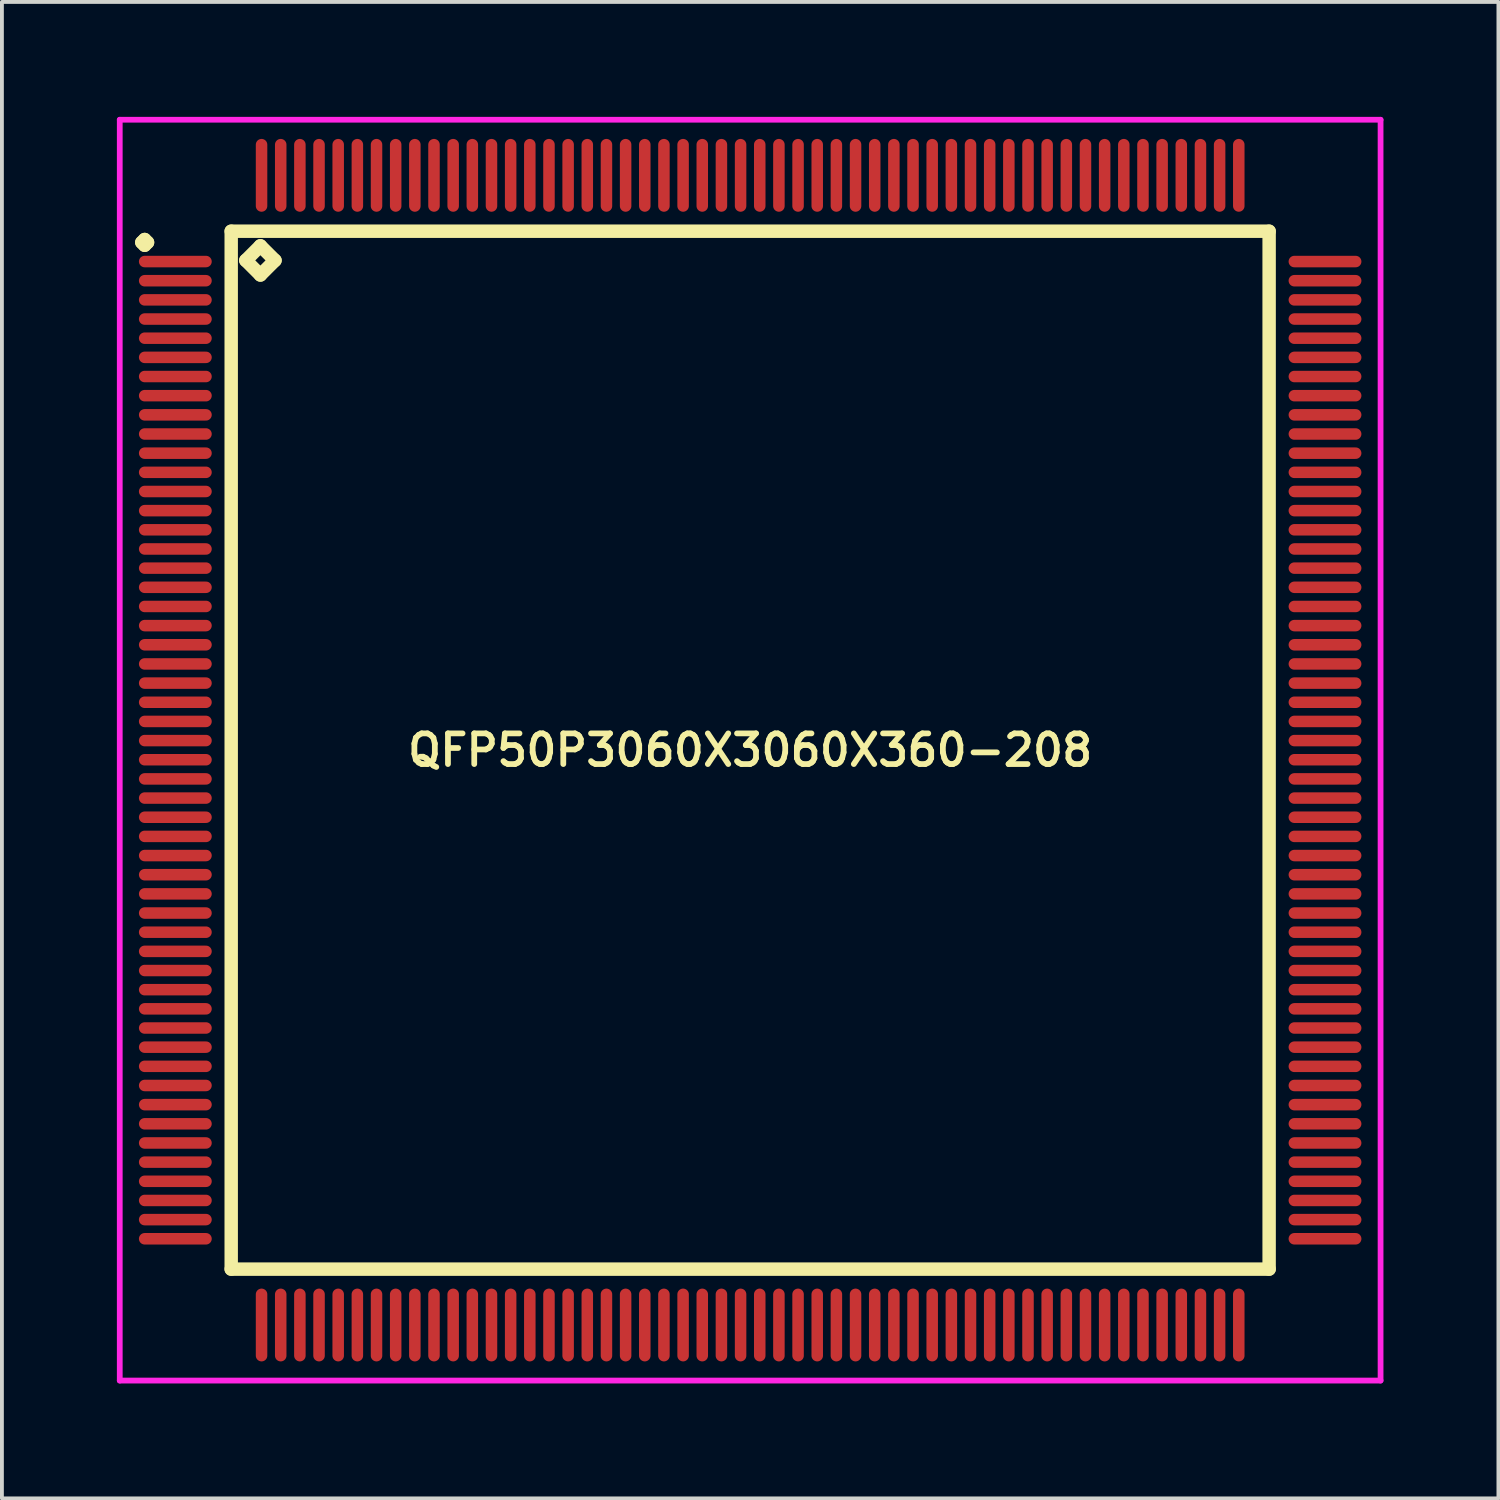
<source format=kicad_pcb>
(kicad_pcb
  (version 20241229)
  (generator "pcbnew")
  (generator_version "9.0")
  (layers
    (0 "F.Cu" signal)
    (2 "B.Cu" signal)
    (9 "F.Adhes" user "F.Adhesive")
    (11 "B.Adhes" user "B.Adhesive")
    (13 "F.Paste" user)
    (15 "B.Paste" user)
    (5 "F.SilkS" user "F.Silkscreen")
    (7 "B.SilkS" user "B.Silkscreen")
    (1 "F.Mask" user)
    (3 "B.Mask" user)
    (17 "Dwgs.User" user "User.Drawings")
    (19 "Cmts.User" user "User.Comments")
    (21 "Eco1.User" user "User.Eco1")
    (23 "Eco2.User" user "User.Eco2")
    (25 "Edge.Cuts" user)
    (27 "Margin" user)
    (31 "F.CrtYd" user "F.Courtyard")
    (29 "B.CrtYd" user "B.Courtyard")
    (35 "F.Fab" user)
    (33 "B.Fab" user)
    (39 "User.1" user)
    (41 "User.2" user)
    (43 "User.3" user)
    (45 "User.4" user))
  (footprint "QFP50P3060X3060X360-208"
    (layer "F.Cu")
    (at 16.525 16.525)
    (property "Reference" "QFP50P3060X3060X360-208" (at 0 0 0) (layer "F.SilkS") (effects (font (size 0.8 0.8) (thickness 0.15))))
    (attr smd)
    (fp_line (start -15.875 -13.25) (end -15.8 -13.325) (stroke (width 0.35) (type solid)) (layer "F.SilkS"))
    (fp_line (start -15.8 -13.325) (end -15.725 -13.25) (stroke (width 0.35) (type solid)) (layer "F.SilkS"))
    (fp_line (start -15.8 -13.175) (end -15.875 -13.25) (stroke (width 0.35) (type solid)) (layer "F.SilkS"))
    (fp_line (start -15.725 -13.25) (end -15.8 -13.175) (stroke (width 0.35) (type solid)) (layer "F.SilkS"))
    (fp_line (start -13.542 -13.542) (end -13.542 13.542) (stroke (width 0.35) (type solid)) (layer "F.SilkS"))
    (fp_line (start -13.542 13.542) (end 13.542 13.542) (stroke (width 0.35) (type solid)) (layer "F.SilkS"))
    (fp_line (start -13.161 -12.78) (end -12.78 -13.161) (stroke (width 0.35) (type solid)) (layer "F.SilkS"))
    (fp_line (start -12.78 -13.161) (end -12.399 -12.78) (stroke (width 0.35) (type solid)) (layer "F.SilkS"))
    (fp_line (start -12.78 -12.399) (end -13.161 -12.78) (stroke (width 0.35) (type solid)) (layer "F.SilkS"))
    (fp_line (start -12.399 -12.78) (end -12.78 -12.399) (stroke (width 0.35) (type solid)) (layer "F.SilkS"))
    (fp_line (start 13.542 -13.542) (end -13.542 -13.542) (stroke (width 0.35) (type solid)) (layer "F.SilkS"))
    (fp_line (start 13.542 13.542) (end 13.542 -13.542) (stroke (width 0.35) (type solid)) (layer "F.SilkS"))
    (fp_line (start -16.45 -16.45) (end 16.45 -16.45) (stroke (width 0.15) (type solid)) (layer "F.CrtYd"))
    (fp_line (start -16.45 16.45) (end -16.45 -16.45) (stroke (width 0.15) (type solid)) (layer "F.CrtYd"))
    (fp_line (start 16.45 -16.45) (end 16.45 16.45) (stroke (width 0.15) (type solid)) (layer "F.CrtYd"))
    (fp_line (start 16.45 16.45) (end -16.45 16.45) (stroke (width 0.15) (type solid)) (layer "F.CrtYd"))
    (pad "1" smd oval (at -15 -12.75) (size 1.9 0.3) (layers "F.Cu" "F.Mask" "F.Paste"))
    (pad "2" smd oval (at -15 -12.25) (size 1.9 0.3) (layers "F.Cu" "F.Mask" "F.Paste"))
    (pad "3" smd oval (at -15 -11.75) (size 1.9 0.3) (layers "F.Cu" "F.Mask" "F.Paste"))
    (pad "4" smd oval (at -15 -11.25) (size 1.9 0.3) (layers "F.Cu" "F.Mask" "F.Paste"))
    (pad "5" smd oval (at -15 -10.75) (size 1.9 0.3) (layers "F.Cu" "F.Mask" "F.Paste"))
    (pad "6" smd oval (at -15 -10.25) (size 1.9 0.3) (layers "F.Cu" "F.Mask" "F.Paste"))
    (pad "7" smd oval (at -15 -9.75) (size 1.9 0.3) (layers "F.Cu" "F.Mask" "F.Paste"))
    (pad "8" smd oval (at -15 -9.25) (size 1.9 0.3) (layers "F.Cu" "F.Mask" "F.Paste"))
    (pad "9" smd oval (at -15 -8.75) (size 1.9 0.3) (layers "F.Cu" "F.Mask" "F.Paste"))
    (pad "10" smd oval (at -15 -8.25) (size 1.9 0.3) (layers "F.Cu" "F.Mask" "F.Paste"))
    (pad "11" smd oval (at -15 -7.75) (size 1.9 0.3) (layers "F.Cu" "F.Mask" "F.Paste"))
    (pad "12" smd oval (at -15 -7.25) (size 1.9 0.3) (layers "F.Cu" "F.Mask" "F.Paste"))
    (pad "13" smd oval (at -15 -6.75) (size 1.9 0.3) (layers "F.Cu" "F.Mask" "F.Paste"))
    (pad "14" smd oval (at -15 -6.25) (size 1.9 0.3) (layers "F.Cu" "F.Mask" "F.Paste"))
    (pad "15" smd oval (at -15 -5.75) (size 1.9 0.3) (layers "F.Cu" "F.Mask" "F.Paste"))
    (pad "16" smd oval (at -15 -5.25) (size 1.9 0.3) (layers "F.Cu" "F.Mask" "F.Paste"))
    (pad "17" smd oval (at -15 -4.75) (size 1.9 0.3) (layers "F.Cu" "F.Mask" "F.Paste"))
    (pad "18" smd oval (at -15 -4.25) (size 1.9 0.3) (layers "F.Cu" "F.Mask" "F.Paste"))
    (pad "19" smd oval (at -15 -3.75) (size 1.9 0.3) (layers "F.Cu" "F.Mask" "F.Paste"))
    (pad "20" smd oval (at -15 -3.25) (size 1.9 0.3) (layers "F.Cu" "F.Mask" "F.Paste"))
    (pad "21" smd oval (at -15 -2.75) (size 1.9 0.3) (layers "F.Cu" "F.Mask" "F.Paste"))
    (pad "22" smd oval (at -15 -2.25) (size 1.9 0.3) (layers "F.Cu" "F.Mask" "F.Paste"))
    (pad "23" smd oval (at -15 -1.75) (size 1.9 0.3) (layers "F.Cu" "F.Mask" "F.Paste"))
    (pad "24" smd oval (at -15 -1.25) (size 1.9 0.3) (layers "F.Cu" "F.Mask" "F.Paste"))
    (pad "25" smd oval (at -15 -0.75) (size 1.9 0.3) (layers "F.Cu" "F.Mask" "F.Paste"))
    (pad "26" smd oval (at -15 -0.25) (size 1.9 0.3) (layers "F.Cu" "F.Mask" "F.Paste"))
    (pad "27" smd oval (at -15 0.25) (size 1.9 0.3) (layers "F.Cu" "F.Mask" "F.Paste"))
    (pad "28" smd oval (at -15 0.75) (size 1.9 0.3) (layers "F.Cu" "F.Mask" "F.Paste"))
    (pad "29" smd oval (at -15 1.25) (size 1.9 0.3) (layers "F.Cu" "F.Mask" "F.Paste"))
    (pad "30" smd oval (at -15 1.75) (size 1.9 0.3) (layers "F.Cu" "F.Mask" "F.Paste"))
    (pad "31" smd oval (at -15 2.25) (size 1.9 0.3) (layers "F.Cu" "F.Mask" "F.Paste"))
    (pad "32" smd oval (at -15 2.75) (size 1.9 0.3) (layers "F.Cu" "F.Mask" "F.Paste"))
    (pad "33" smd oval (at -15 3.25) (size 1.9 0.3) (layers "F.Cu" "F.Mask" "F.Paste"))
    (pad "34" smd oval (at -15 3.75) (size 1.9 0.3) (layers "F.Cu" "F.Mask" "F.Paste"))
    (pad "35" smd oval (at -15 4.25) (size 1.9 0.3) (layers "F.Cu" "F.Mask" "F.Paste"))
    (pad "36" smd oval (at -15 4.75) (size 1.9 0.3) (layers "F.Cu" "F.Mask" "F.Paste"))
    (pad "37" smd oval (at -15 5.25) (size 1.9 0.3) (layers "F.Cu" "F.Mask" "F.Paste"))
    (pad "38" smd oval (at -15 5.75) (size 1.9 0.3) (layers "F.Cu" "F.Mask" "F.Paste"))
    (pad "39" smd oval (at -15 6.25) (size 1.9 0.3) (layers "F.Cu" "F.Mask" "F.Paste"))
    (pad "40" smd oval (at -15 6.75) (size 1.9 0.3) (layers "F.Cu" "F.Mask" "F.Paste"))
    (pad "41" smd oval (at -15 7.25) (size 1.9 0.3) (layers "F.Cu" "F.Mask" "F.Paste"))
    (pad "42" smd oval (at -15 7.75) (size 1.9 0.3) (layers "F.Cu" "F.Mask" "F.Paste"))
    (pad "43" smd oval (at -15 8.25) (size 1.9 0.3) (layers "F.Cu" "F.Mask" "F.Paste"))
    (pad "44" smd oval (at -15 8.75) (size 1.9 0.3) (layers "F.Cu" "F.Mask" "F.Paste"))
    (pad "45" smd oval (at -15 9.25) (size 1.9 0.3) (layers "F.Cu" "F.Mask" "F.Paste"))
    (pad "46" smd oval (at -15 9.75) (size 1.9 0.3) (layers "F.Cu" "F.Mask" "F.Paste"))
    (pad "47" smd oval (at -15 10.25) (size 1.9 0.3) (layers "F.Cu" "F.Mask" "F.Paste"))
    (pad "48" smd oval (at -15 10.75) (size 1.9 0.3) (layers "F.Cu" "F.Mask" "F.Paste"))
    (pad "49" smd oval (at -15 11.25) (size 1.9 0.3) (layers "F.Cu" "F.Mask" "F.Paste"))
    (pad "50" smd oval (at -15 11.75) (size 1.9 0.3) (layers "F.Cu" "F.Mask" "F.Paste"))
    (pad "51" smd oval (at -15 12.25) (size 1.9 0.3) (layers "F.Cu" "F.Mask" "F.Paste"))
    (pad "52" smd oval (at -15 12.75) (size 1.9 0.3) (layers "F.Cu" "F.Mask" "F.Paste"))
    (pad "53" smd oval (at -12.75 15) (size 0.3 1.9) (layers "F.Cu" "F.Mask" "F.Paste"))
    (pad "54" smd oval (at -12.25 15) (size 0.3 1.9) (layers "F.Cu" "F.Mask" "F.Paste"))
    (pad "55" smd oval (at -11.75 15) (size 0.3 1.9) (layers "F.Cu" "F.Mask" "F.Paste"))
    (pad "56" smd oval (at -11.25 15) (size 0.3 1.9) (layers "F.Cu" "F.Mask" "F.Paste"))
    (pad "57" smd oval (at -10.75 15) (size 0.3 1.9) (layers "F.Cu" "F.Mask" "F.Paste"))
    (pad "58" smd oval (at -10.25 15) (size 0.3 1.9) (layers "F.Cu" "F.Mask" "F.Paste"))
    (pad "59" smd oval (at -9.75 15) (size 0.3 1.9) (layers "F.Cu" "F.Mask" "F.Paste"))
    (pad "60" smd oval (at -9.25 15) (size 0.3 1.9) (layers "F.Cu" "F.Mask" "F.Paste"))
    (pad "61" smd oval (at -8.75 15) (size 0.3 1.9) (layers "F.Cu" "F.Mask" "F.Paste"))
    (pad "62" smd oval (at -8.25 15) (size 0.3 1.9) (layers "F.Cu" "F.Mask" "F.Paste"))
    (pad "63" smd oval (at -7.75 15) (size 0.3 1.9) (layers "F.Cu" "F.Mask" "F.Paste"))
    (pad "64" smd oval (at -7.25 15) (size 0.3 1.9) (layers "F.Cu" "F.Mask" "F.Paste"))
    (pad "65" smd oval (at -6.75 15) (size 0.3 1.9) (layers "F.Cu" "F.Mask" "F.Paste"))
    (pad "66" smd oval (at -6.25 15) (size 0.3 1.9) (layers "F.Cu" "F.Mask" "F.Paste"))
    (pad "67" smd oval (at -5.75 15) (size 0.3 1.9) (layers "F.Cu" "F.Mask" "F.Paste"))
    (pad "68" smd oval (at -5.25 15) (size 0.3 1.9) (layers "F.Cu" "F.Mask" "F.Paste"))
    (pad "69" smd oval (at -4.75 15) (size 0.3 1.9) (layers "F.Cu" "F.Mask" "F.Paste"))
    (pad "70" smd oval (at -4.25 15) (size 0.3 1.9) (layers "F.Cu" "F.Mask" "F.Paste"))
    (pad "71" smd oval (at -3.75 15) (size 0.3 1.9) (layers "F.Cu" "F.Mask" "F.Paste"))
    (pad "72" smd oval (at -3.25 15) (size 0.3 1.9) (layers "F.Cu" "F.Mask" "F.Paste"))
    (pad "73" smd oval (at -2.75 15) (size 0.3 1.9) (layers "F.Cu" "F.Mask" "F.Paste"))
    (pad "74" smd oval (at -2.25 15) (size 0.3 1.9) (layers "F.Cu" "F.Mask" "F.Paste"))
    (pad "75" smd oval (at -1.75 15) (size 0.3 1.9) (layers "F.Cu" "F.Mask" "F.Paste"))
    (pad "76" smd oval (at -1.25 15) (size 0.3 1.9) (layers "F.Cu" "F.Mask" "F.Paste"))
    (pad "77" smd oval (at -0.75 15) (size 0.3 1.9) (layers "F.Cu" "F.Mask" "F.Paste"))
    (pad "78" smd oval (at -0.25 15) (size 0.3 1.9) (layers "F.Cu" "F.Mask" "F.Paste"))
    (pad "79" smd oval (at 0.25 15) (size 0.3 1.9) (layers "F.Cu" "F.Mask" "F.Paste"))
    (pad "80" smd oval (at 0.75 15) (size 0.3 1.9) (layers "F.Cu" "F.Mask" "F.Paste"))
    (pad "81" smd oval (at 1.25 15) (size 0.3 1.9) (layers "F.Cu" "F.Mask" "F.Paste"))
    (pad "82" smd oval (at 1.75 15) (size 0.3 1.9) (layers "F.Cu" "F.Mask" "F.Paste"))
    (pad "83" smd oval (at 2.25 15) (size 0.3 1.9) (layers "F.Cu" "F.Mask" "F.Paste"))
    (pad "84" smd oval (at 2.75 15) (size 0.3 1.9) (layers "F.Cu" "F.Mask" "F.Paste"))
    (pad "85" smd oval (at 3.25 15) (size 0.3 1.9) (layers "F.Cu" "F.Mask" "F.Paste"))
    (pad "86" smd oval (at 3.75 15) (size 0.3 1.9) (layers "F.Cu" "F.Mask" "F.Paste"))
    (pad "87" smd oval (at 4.25 15) (size 0.3 1.9) (layers "F.Cu" "F.Mask" "F.Paste"))
    (pad "88" smd oval (at 4.75 15) (size 0.3 1.9) (layers "F.Cu" "F.Mask" "F.Paste"))
    (pad "89" smd oval (at 5.25 15) (size 0.3 1.9) (layers "F.Cu" "F.Mask" "F.Paste"))
    (pad "90" smd oval (at 5.75 15) (size 0.3 1.9) (layers "F.Cu" "F.Mask" "F.Paste"))
    (pad "91" smd oval (at 6.25 15) (size 0.3 1.9) (layers "F.Cu" "F.Mask" "F.Paste"))
    (pad "92" smd oval (at 6.75 15) (size 0.3 1.9) (layers "F.Cu" "F.Mask" "F.Paste"))
    (pad "93" smd oval (at 7.25 15) (size 0.3 1.9) (layers "F.Cu" "F.Mask" "F.Paste"))
    (pad "94" smd oval (at 7.75 15) (size 0.3 1.9) (layers "F.Cu" "F.Mask" "F.Paste"))
    (pad "95" smd oval (at 8.25 15) (size 0.3 1.9) (layers "F.Cu" "F.Mask" "F.Paste"))
    (pad "96" smd oval (at 8.75 15) (size 0.3 1.9) (layers "F.Cu" "F.Mask" "F.Paste"))
    (pad "97" smd oval (at 9.25 15) (size 0.3 1.9) (layers "F.Cu" "F.Mask" "F.Paste"))
    (pad "98" smd oval (at 9.75 15) (size 0.3 1.9) (layers "F.Cu" "F.Mask" "F.Paste"))
    (pad "99" smd oval (at 10.25 15) (size 0.3 1.9) (layers "F.Cu" "F.Mask" "F.Paste"))
    (pad "100" smd oval (at 10.75 15) (size 0.3 1.9) (layers "F.Cu" "F.Mask" "F.Paste"))
    (pad "101" smd oval (at 11.25 15) (size 0.3 1.9) (layers "F.Cu" "F.Mask" "F.Paste"))
    (pad "102" smd oval (at 11.75 15) (size 0.3 1.9) (layers "F.Cu" "F.Mask" "F.Paste"))
    (pad "103" smd oval (at 12.25 15) (size 0.3 1.9) (layers "F.Cu" "F.Mask" "F.Paste"))
    (pad "104" smd oval (at 12.75 15) (size 0.3 1.9) (layers "F.Cu" "F.Mask" "F.Paste"))
    (pad "105" smd oval (at 15 12.75) (size 1.9 0.3) (layers "F.Cu" "F.Mask" "F.Paste"))
    (pad "106" smd oval (at 15 12.25) (size 1.9 0.3) (layers "F.Cu" "F.Mask" "F.Paste"))
    (pad "107" smd oval (at 15 11.75) (size 1.9 0.3) (layers "F.Cu" "F.Mask" "F.Paste"))
    (pad "108" smd oval (at 15 11.25) (size 1.9 0.3) (layers "F.Cu" "F.Mask" "F.Paste"))
    (pad "109" smd oval (at 15 10.75) (size 1.9 0.3) (layers "F.Cu" "F.Mask" "F.Paste"))
    (pad "110" smd oval (at 15 10.25) (size 1.9 0.3) (layers "F.Cu" "F.Mask" "F.Paste"))
    (pad "111" smd oval (at 15 9.75) (size 1.9 0.3) (layers "F.Cu" "F.Mask" "F.Paste"))
    (pad "112" smd oval (at 15 9.25) (size 1.9 0.3) (layers "F.Cu" "F.Mask" "F.Paste"))
    (pad "113" smd oval (at 15 8.75) (size 1.9 0.3) (layers "F.Cu" "F.Mask" "F.Paste"))
    (pad "114" smd oval (at 15 8.25) (size 1.9 0.3) (layers "F.Cu" "F.Mask" "F.Paste"))
    (pad "115" smd oval (at 15 7.75) (size 1.9 0.3) (layers "F.Cu" "F.Mask" "F.Paste"))
    (pad "116" smd oval (at 15 7.25) (size 1.9 0.3) (layers "F.Cu" "F.Mask" "F.Paste"))
    (pad "117" smd oval (at 15 6.75) (size 1.9 0.3) (layers "F.Cu" "F.Mask" "F.Paste"))
    (pad "118" smd oval (at 15 6.25) (size 1.9 0.3) (layers "F.Cu" "F.Mask" "F.Paste"))
    (pad "119" smd oval (at 15 5.75) (size 1.9 0.3) (layers "F.Cu" "F.Mask" "F.Paste"))
    (pad "120" smd oval (at 15 5.25) (size 1.9 0.3) (layers "F.Cu" "F.Mask" "F.Paste"))
    (pad "121" smd oval (at 15 4.75) (size 1.9 0.3) (layers "F.Cu" "F.Mask" "F.Paste"))
    (pad "122" smd oval (at 15 4.25) (size 1.9 0.3) (layers "F.Cu" "F.Mask" "F.Paste"))
    (pad "123" smd oval (at 15 3.75) (size 1.9 0.3) (layers "F.Cu" "F.Mask" "F.Paste"))
    (pad "124" smd oval (at 15 3.25) (size 1.9 0.3) (layers "F.Cu" "F.Mask" "F.Paste"))
    (pad "125" smd oval (at 15 2.75) (size 1.9 0.3) (layers "F.Cu" "F.Mask" "F.Paste"))
    (pad "126" smd oval (at 15 2.25) (size 1.9 0.3) (layers "F.Cu" "F.Mask" "F.Paste"))
    (pad "127" smd oval (at 15 1.75) (size 1.9 0.3) (layers "F.Cu" "F.Mask" "F.Paste"))
    (pad "128" smd oval (at 15 1.25) (size 1.9 0.3) (layers "F.Cu" "F.Mask" "F.Paste"))
    (pad "129" smd oval (at 15 0.75) (size 1.9 0.3) (layers "F.Cu" "F.Mask" "F.Paste"))
    (pad "130" smd oval (at 15 0.25) (size 1.9 0.3) (layers "F.Cu" "F.Mask" "F.Paste"))
    (pad "131" smd oval (at 15 -0.25) (size 1.9 0.3) (layers "F.Cu" "F.Mask" "F.Paste"))
    (pad "132" smd oval (at 15 -0.75) (size 1.9 0.3) (layers "F.Cu" "F.Mask" "F.Paste"))
    (pad "133" smd oval (at 15 -1.25) (size 1.9 0.3) (layers "F.Cu" "F.Mask" "F.Paste"))
    (pad "134" smd oval (at 15 -1.75) (size 1.9 0.3) (layers "F.Cu" "F.Mask" "F.Paste"))
    (pad "135" smd oval (at 15 -2.25) (size 1.9 0.3) (layers "F.Cu" "F.Mask" "F.Paste"))
    (pad "136" smd oval (at 15 -2.75) (size 1.9 0.3) (layers "F.Cu" "F.Mask" "F.Paste"))
    (pad "137" smd oval (at 15 -3.25) (size 1.9 0.3) (layers "F.Cu" "F.Mask" "F.Paste"))
    (pad "138" smd oval (at 15 -3.75) (size 1.9 0.3) (layers "F.Cu" "F.Mask" "F.Paste"))
    (pad "139" smd oval (at 15 -4.25) (size 1.9 0.3) (layers "F.Cu" "F.Mask" "F.Paste"))
    (pad "140" smd oval (at 15 -4.75) (size 1.9 0.3) (layers "F.Cu" "F.Mask" "F.Paste"))
    (pad "141" smd oval (at 15 -5.25) (size 1.9 0.3) (layers "F.Cu" "F.Mask" "F.Paste"))
    (pad "142" smd oval (at 15 -5.75) (size 1.9 0.3) (layers "F.Cu" "F.Mask" "F.Paste"))
    (pad "143" smd oval (at 15 -6.25) (size 1.9 0.3) (layers "F.Cu" "F.Mask" "F.Paste"))
    (pad "144" smd oval (at 15 -6.75) (size 1.9 0.3) (layers "F.Cu" "F.Mask" "F.Paste"))
    (pad "145" smd oval (at 15 -7.25) (size 1.9 0.3) (layers "F.Cu" "F.Mask" "F.Paste"))
    (pad "146" smd oval (at 15 -7.75) (size 1.9 0.3) (layers "F.Cu" "F.Mask" "F.Paste"))
    (pad "147" smd oval (at 15 -8.25) (size 1.9 0.3) (layers "F.Cu" "F.Mask" "F.Paste"))
    (pad "148" smd oval (at 15 -8.75) (size 1.9 0.3) (layers "F.Cu" "F.Mask" "F.Paste"))
    (pad "149" smd oval (at 15 -9.25) (size 1.9 0.3) (layers "F.Cu" "F.Mask" "F.Paste"))
    (pad "150" smd oval (at 15 -9.75) (size 1.9 0.3) (layers "F.Cu" "F.Mask" "F.Paste"))
    (pad "151" smd oval (at 15 -10.25) (size 1.9 0.3) (layers "F.Cu" "F.Mask" "F.Paste"))
    (pad "152" smd oval (at 15 -10.75) (size 1.9 0.3) (layers "F.Cu" "F.Mask" "F.Paste"))
    (pad "153" smd oval (at 15 -11.25) (size 1.9 0.3) (layers "F.Cu" "F.Mask" "F.Paste"))
    (pad "154" smd oval (at 15 -11.75) (size 1.9 0.3) (layers "F.Cu" "F.Mask" "F.Paste"))
    (pad "155" smd oval (at 15 -12.25) (size 1.9 0.3) (layers "F.Cu" "F.Mask" "F.Paste"))
    (pad "156" smd oval (at 15 -12.75) (size 1.9 0.3) (layers "F.Cu" "F.Mask" "F.Paste"))
    (pad "157" smd oval (at 12.75 -15) (size 0.3 1.9) (layers "F.Cu" "F.Mask" "F.Paste"))
    (pad "158" smd oval (at 12.25 -15) (size 0.3 1.9) (layers "F.Cu" "F.Mask" "F.Paste"))
    (pad "159" smd oval (at 11.75 -15) (size 0.3 1.9) (layers "F.Cu" "F.Mask" "F.Paste"))
    (pad "160" smd oval (at 11.25 -15) (size 0.3 1.9) (layers "F.Cu" "F.Mask" "F.Paste"))
    (pad "161" smd oval (at 10.75 -15) (size 0.3 1.9) (layers "F.Cu" "F.Mask" "F.Paste"))
    (pad "162" smd oval (at 10.25 -15) (size 0.3 1.9) (layers "F.Cu" "F.Mask" "F.Paste"))
    (pad "163" smd oval (at 9.75 -15) (size 0.3 1.9) (layers "F.Cu" "F.Mask" "F.Paste"))
    (pad "164" smd oval (at 9.25 -15) (size 0.3 1.9) (layers "F.Cu" "F.Mask" "F.Paste"))
    (pad "165" smd oval (at 8.75 -15) (size 0.3 1.9) (layers "F.Cu" "F.Mask" "F.Paste"))
    (pad "166" smd oval (at 8.25 -15) (size 0.3 1.9) (layers "F.Cu" "F.Mask" "F.Paste"))
    (pad "167" smd oval (at 7.75 -15) (size 0.3 1.9) (layers "F.Cu" "F.Mask" "F.Paste"))
    (pad "168" smd oval (at 7.25 -15) (size 0.3 1.9) (layers "F.Cu" "F.Mask" "F.Paste"))
    (pad "169" smd oval (at 6.75 -15) (size 0.3 1.9) (layers "F.Cu" "F.Mask" "F.Paste"))
    (pad "170" smd oval (at 6.25 -15) (size 0.3 1.9) (layers "F.Cu" "F.Mask" "F.Paste"))
    (pad "171" smd oval (at 5.75 -15) (size 0.3 1.9) (layers "F.Cu" "F.Mask" "F.Paste"))
    (pad "172" smd oval (at 5.25 -15) (size 0.3 1.9) (layers "F.Cu" "F.Mask" "F.Paste"))
    (pad "173" smd oval (at 4.75 -15) (size 0.3 1.9) (layers "F.Cu" "F.Mask" "F.Paste"))
    (pad "174" smd oval (at 4.25 -15) (size 0.3 1.9) (layers "F.Cu" "F.Mask" "F.Paste"))
    (pad "175" smd oval (at 3.75 -15) (size 0.3 1.9) (layers "F.Cu" "F.Mask" "F.Paste"))
    (pad "176" smd oval (at 3.25 -15) (size 0.3 1.9) (layers "F.Cu" "F.Mask" "F.Paste"))
    (pad "177" smd oval (at 2.75 -15) (size 0.3 1.9) (layers "F.Cu" "F.Mask" "F.Paste"))
    (pad "178" smd oval (at 2.25 -15) (size 0.3 1.9) (layers "F.Cu" "F.Mask" "F.Paste"))
    (pad "179" smd oval (at 1.75 -15) (size 0.3 1.9) (layers "F.Cu" "F.Mask" "F.Paste"))
    (pad "180" smd oval (at 1.25 -15) (size 0.3 1.9) (layers "F.Cu" "F.Mask" "F.Paste"))
    (pad "181" smd oval (at 0.75 -15) (size 0.3 1.9) (layers "F.Cu" "F.Mask" "F.Paste"))
    (pad "182" smd oval (at 0.25 -15) (size 0.3 1.9) (layers "F.Cu" "F.Mask" "F.Paste"))
    (pad "183" smd oval (at -0.25 -15) (size 0.3 1.9) (layers "F.Cu" "F.Mask" "F.Paste"))
    (pad "184" smd oval (at -0.75 -15) (size 0.3 1.9) (layers "F.Cu" "F.Mask" "F.Paste"))
    (pad "185" smd oval (at -1.25 -15) (size 0.3 1.9) (layers "F.Cu" "F.Mask" "F.Paste"))
    (pad "186" smd oval (at -1.75 -15) (size 0.3 1.9) (layers "F.Cu" "F.Mask" "F.Paste"))
    (pad "187" smd oval (at -2.25 -15) (size 0.3 1.9) (layers "F.Cu" "F.Mask" "F.Paste"))
    (pad "188" smd oval (at -2.75 -15) (size 0.3 1.9) (layers "F.Cu" "F.Mask" "F.Paste"))
    (pad "189" smd oval (at -3.25 -15) (size 0.3 1.9) (layers "F.Cu" "F.Mask" "F.Paste"))
    (pad "190" smd oval (at -3.75 -15) (size 0.3 1.9) (layers "F.Cu" "F.Mask" "F.Paste"))
    (pad "191" smd oval (at -4.25 -15) (size 0.3 1.9) (layers "F.Cu" "F.Mask" "F.Paste"))
    (pad "192" smd oval (at -4.75 -15) (size 0.3 1.9) (layers "F.Cu" "F.Mask" "F.Paste"))
    (pad "193" smd oval (at -5.25 -15) (size 0.3 1.9) (layers "F.Cu" "F.Mask" "F.Paste"))
    (pad "194" smd oval (at -5.75 -15) (size 0.3 1.9) (layers "F.Cu" "F.Mask" "F.Paste"))
    (pad "195" smd oval (at -6.25 -15) (size 0.3 1.9) (layers "F.Cu" "F.Mask" "F.Paste"))
    (pad "196" smd oval (at -6.75 -15) (size 0.3 1.9) (layers "F.Cu" "F.Mask" "F.Paste"))
    (pad "197" smd oval (at -7.25 -15) (size 0.3 1.9) (layers "F.Cu" "F.Mask" "F.Paste"))
    (pad "198" smd oval (at -7.75 -15) (size 0.3 1.9) (layers "F.Cu" "F.Mask" "F.Paste"))
    (pad "199" smd oval (at -8.25 -15) (size 0.3 1.9) (layers "F.Cu" "F.Mask" "F.Paste"))
    (pad "200" smd oval (at -8.75 -15) (size 0.3 1.9) (layers "F.Cu" "F.Mask" "F.Paste"))
    (pad "201" smd oval (at -9.25 -15) (size 0.3 1.9) (layers "F.Cu" "F.Mask" "F.Paste"))
    (pad "202" smd oval (at -9.75 -15) (size 0.3 1.9) (layers "F.Cu" "F.Mask" "F.Paste"))
    (pad "203" smd oval (at -10.25 -15) (size 0.3 1.9) (layers "F.Cu" "F.Mask" "F.Paste"))
    (pad "204" smd oval (at -10.75 -15) (size 0.3 1.9) (layers "F.Cu" "F.Mask" "F.Paste"))
    (pad "205" smd oval (at -11.25 -15) (size 0.3 1.9) (layers "F.Cu" "F.Mask" "F.Paste"))
    (pad "206" smd oval (at -11.75 -15) (size 0.3 1.9) (layers "F.Cu" "F.Mask" "F.Paste"))
    (pad "207" smd oval (at -12.25 -15) (size 0.3 1.9) (layers "F.Cu" "F.Mask" "F.Paste"))
    (pad "208" smd oval (at -12.75 -15) (size 0.3 1.9) (layers "F.Cu" "F.Mask" "F.Paste")))
  (gr_rect
    (start -3 -3)
    (end 36.05 36.05)
    (stroke (width 0.1) (type default))
    (fill no)
    (layer "Edge.Cuts")))
</source>
